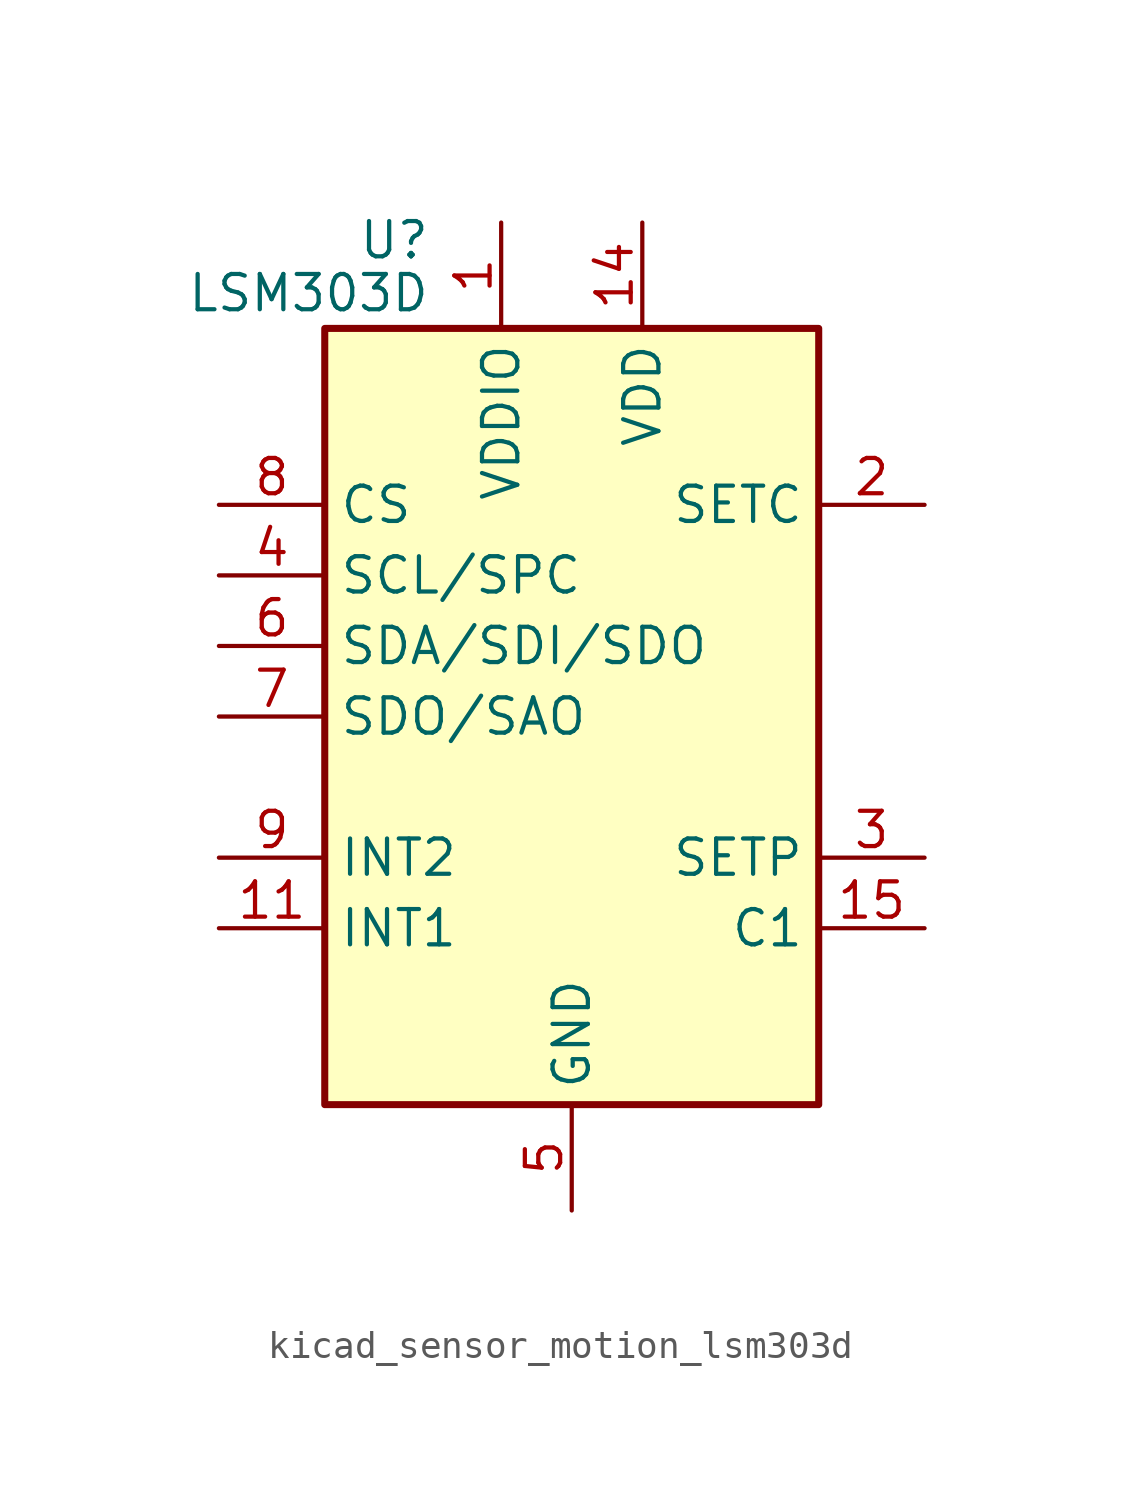
<source format=kicad_sym>
(kicad_symbol_lib
  (version 20220914)
  (generator kicad_symbol_editor)
  (symbol "kicad_sensor_motion_lsm303d"
    (property "Reference" "U"
      (at -5.08 17.145 0)
      (effects (font (size 1.27 1.27)) (justify right)))
    (property "Value" "LSM303D"
      (at -5.08 15.24 0)
      (effects (font (size 1.27 1.27)) (justify right)))
    (symbol "kicad_sensor_motion_lsm303d_0_1"
      (rectangle (start 8.89 13.97) (end -8.89 -13.97) (stroke (width 0.254) (type default)) (fill (type background))))
    (symbol "kicad_sensor_motion_lsm303d_1_1"
      (pin power_in line (at -2.54 17.78 270) (length 3.81) (name "VDDIO" (effects (font (size 1.27 1.27)))) (number "1" (effects (font (size 1.27 1.27)))))
      (pin passive line (at 0 -17.78 90) (length 3.81) hide (name "GND" (effects (font (size 1.27 1.27)))) (number "10" (effects (font (size 1.27 1.27)))))
      (pin output line (at -12.7 -7.62 0) (length 3.81) (name "INT1" (effects (font (size 1.27 1.27)))) (number "11" (effects (font (size 1.27 1.27)))))
      (pin passive line (at 0 -17.78 90) (length 3.81) hide (name "GND" (effects (font (size 1.27 1.27)))) (number "12" (effects (font (size 1.27 1.27)))))
      (pin passive line (at 0 -17.78 90) (length 3.81) hide (name "GND" (effects (font (size 1.27 1.27)))) (number "13" (effects (font (size 1.27 1.27)))))
      (pin power_in line (at 2.54 17.78 270) (length 3.81) (name "VDD" (effects (font (size 1.27 1.27)))) (number "14" (effects (font (size 1.27 1.27)))))
      (pin passive line (at 12.7 -7.62 180) (length 3.81) (name "C1" (effects (font (size 1.27 1.27)))) (number "15" (effects (font (size 1.27 1.27)))))
      (pin passive line (at 0 -17.78 90) (length 3.81) hide (name "GND" (effects (font (size 1.27 1.27)))) (number "16" (effects (font (size 1.27 1.27)))))
      (pin passive line (at 12.7 7.62 180) (length 3.81) (name "SETC" (effects (font (size 1.27 1.27)))) (number "2" (effects (font (size 1.27 1.27)))))
      (pin passive line (at 12.7 -5.08 180) (length 3.81) (name "SETP" (effects (font (size 1.27 1.27)))) (number "3" (effects (font (size 1.27 1.27)))))
      (pin input line (at -12.7 5.08 0) (length 3.81) (name "SCL/SPC" (effects (font (size 1.27 1.27)))) (number "4" (effects (font (size 1.27 1.27)))))
      (pin power_in line (at 0 -17.78 90) (length 3.81) (name "GND" (effects (font (size 1.27 1.27)))) (number "5" (effects (font (size 1.27 1.27)))))
      (pin bidirectional line (at -12.7 2.54 0) (length 3.81) (name "SDA/SDI/SDO" (effects (font (size 1.27 1.27)))) (number "6" (effects (font (size 1.27 1.27)))))
      (pin output line (at -12.7 0 0) (length 3.81) (name "SDO/SAO" (effects (font (size 1.27 1.27)))) (number "7" (effects (font (size 1.27 1.27)))))
      (pin input line (at -12.7 7.62 0) (length 3.81) (name "CS" (effects (font (size 1.27 1.27)))) (number "8" (effects (font (size 1.27 1.27)))))
      (pin output line (at -12.7 -5.08 0) (length 3.81) (name "INT2" (effects (font (size 1.27 1.27)))) (number "9" (effects (font (size 1.27 1.27))))))))
</source>
